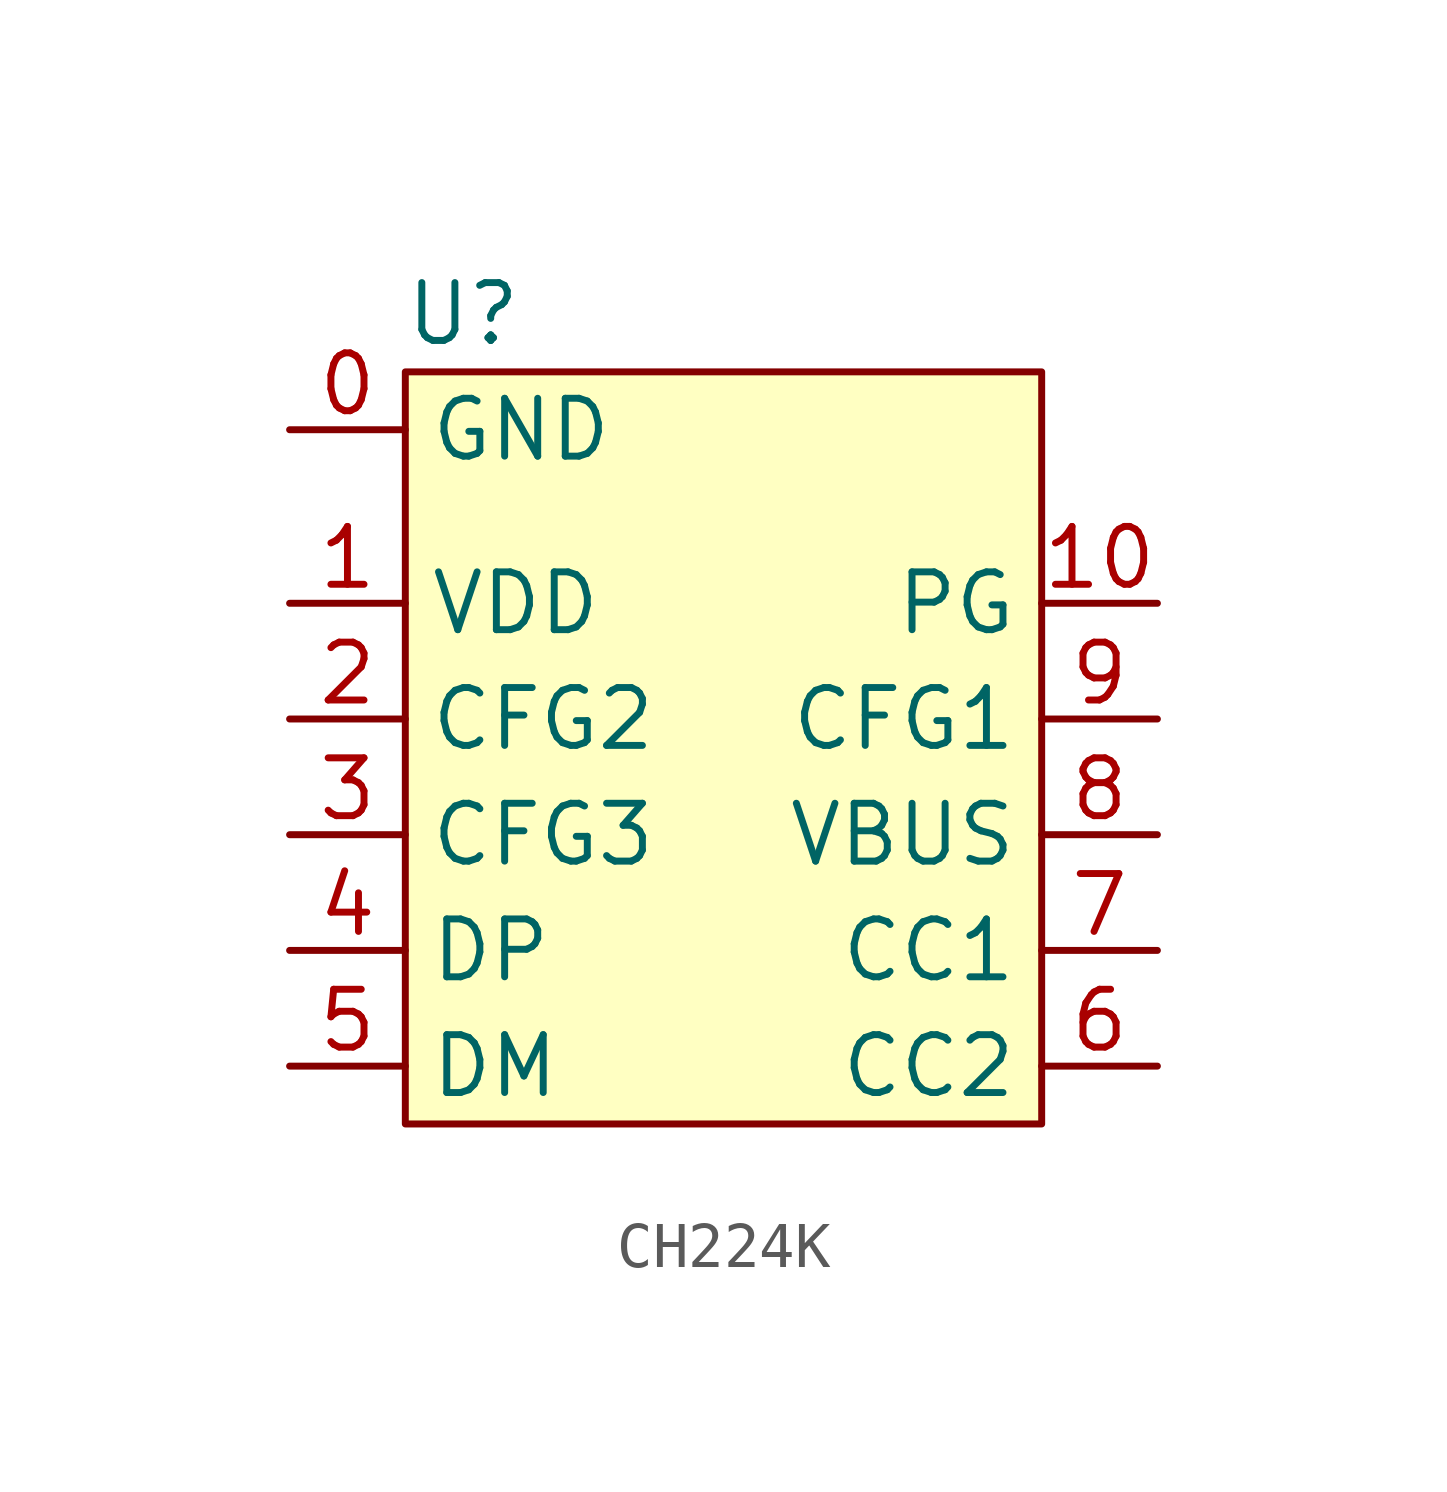
<source format=kicad_sym>
(kicad_symbol_lib
  (version 20220914)
  (generator kicad_symbol_editor)
  (symbol "CH224K"
    (property "Reference" "U"
      (at 0 0 0)
      (effects (font (size 1.27 1.27))))
    (property "Value" ""
      (at 0 0 0)
      (effects (font (size 1.27 1.27))))
    (symbol "CH224K_1_1"
      (rectangle (start -1.27 -1.27) (end 12.7 -17.78) (stroke (width 0) (type default)) (fill (type background)))
      (pin power_in line (at -3.81 -2.54 0) (length 2.54) (name "GND" (effects (font (size 1.27 1.27)))) (number "0" (effects (font (size 1.27 1.27)))))
      (pin power_in line (at -3.81 -6.35 0) (length 2.54) (name "VDD" (effects (font (size 1.27 1.27)))) (number "1" (effects (font (size 1.27 1.27)))))
      (pin output line (at 15.24 -6.35 180) (length 2.54) (name "PG" (effects (font (size 1.27 1.27)))) (number "10" (effects (font (size 1.27 1.27)))))
      (pin input line (at -3.81 -8.89 0) (length 2.54) (name "CFG2" (effects (font (size 1.27 1.27)))) (number "2" (effects (font (size 1.27 1.27)))))
      (pin input line (at -3.81 -11.43 0) (length 2.54) (name "CFG3" (effects (font (size 1.27 1.27)))) (number "3" (effects (font (size 1.27 1.27)))))
      (pin bidirectional line (at -3.81 -13.97 0) (length 2.54) (name "DP" (effects (font (size 1.27 1.27)))) (number "4" (effects (font (size 1.27 1.27)))))
      (pin bidirectional line (at -3.81 -16.51 0) (length 2.54) (name "DM" (effects (font (size 1.27 1.27)))) (number "5" (effects (font (size 1.27 1.27)))))
      (pin bidirectional line (at 15.24 -16.51 180) (length 2.54) (name "CC2" (effects (font (size 1.27 1.27)))) (number "6" (effects (font (size 1.27 1.27)))))
      (pin bidirectional line (at 15.24 -13.97 180) (length 2.54) (name "CC1" (effects (font (size 1.27 1.27)))) (number "7" (effects (font (size 1.27 1.27)))))
      (pin input line (at 15.24 -11.43 180) (length 2.54) (name "VBUS" (effects (font (size 1.27 1.27)))) (number "8" (effects (font (size 1.27 1.27)))))
      (pin input line (at 15.24 -8.89 180) (length 2.54) (name "CFG1" (effects (font (size 1.27 1.27)))) (number "9" (effects (font (size 1.27 1.27))))))))
</source>
